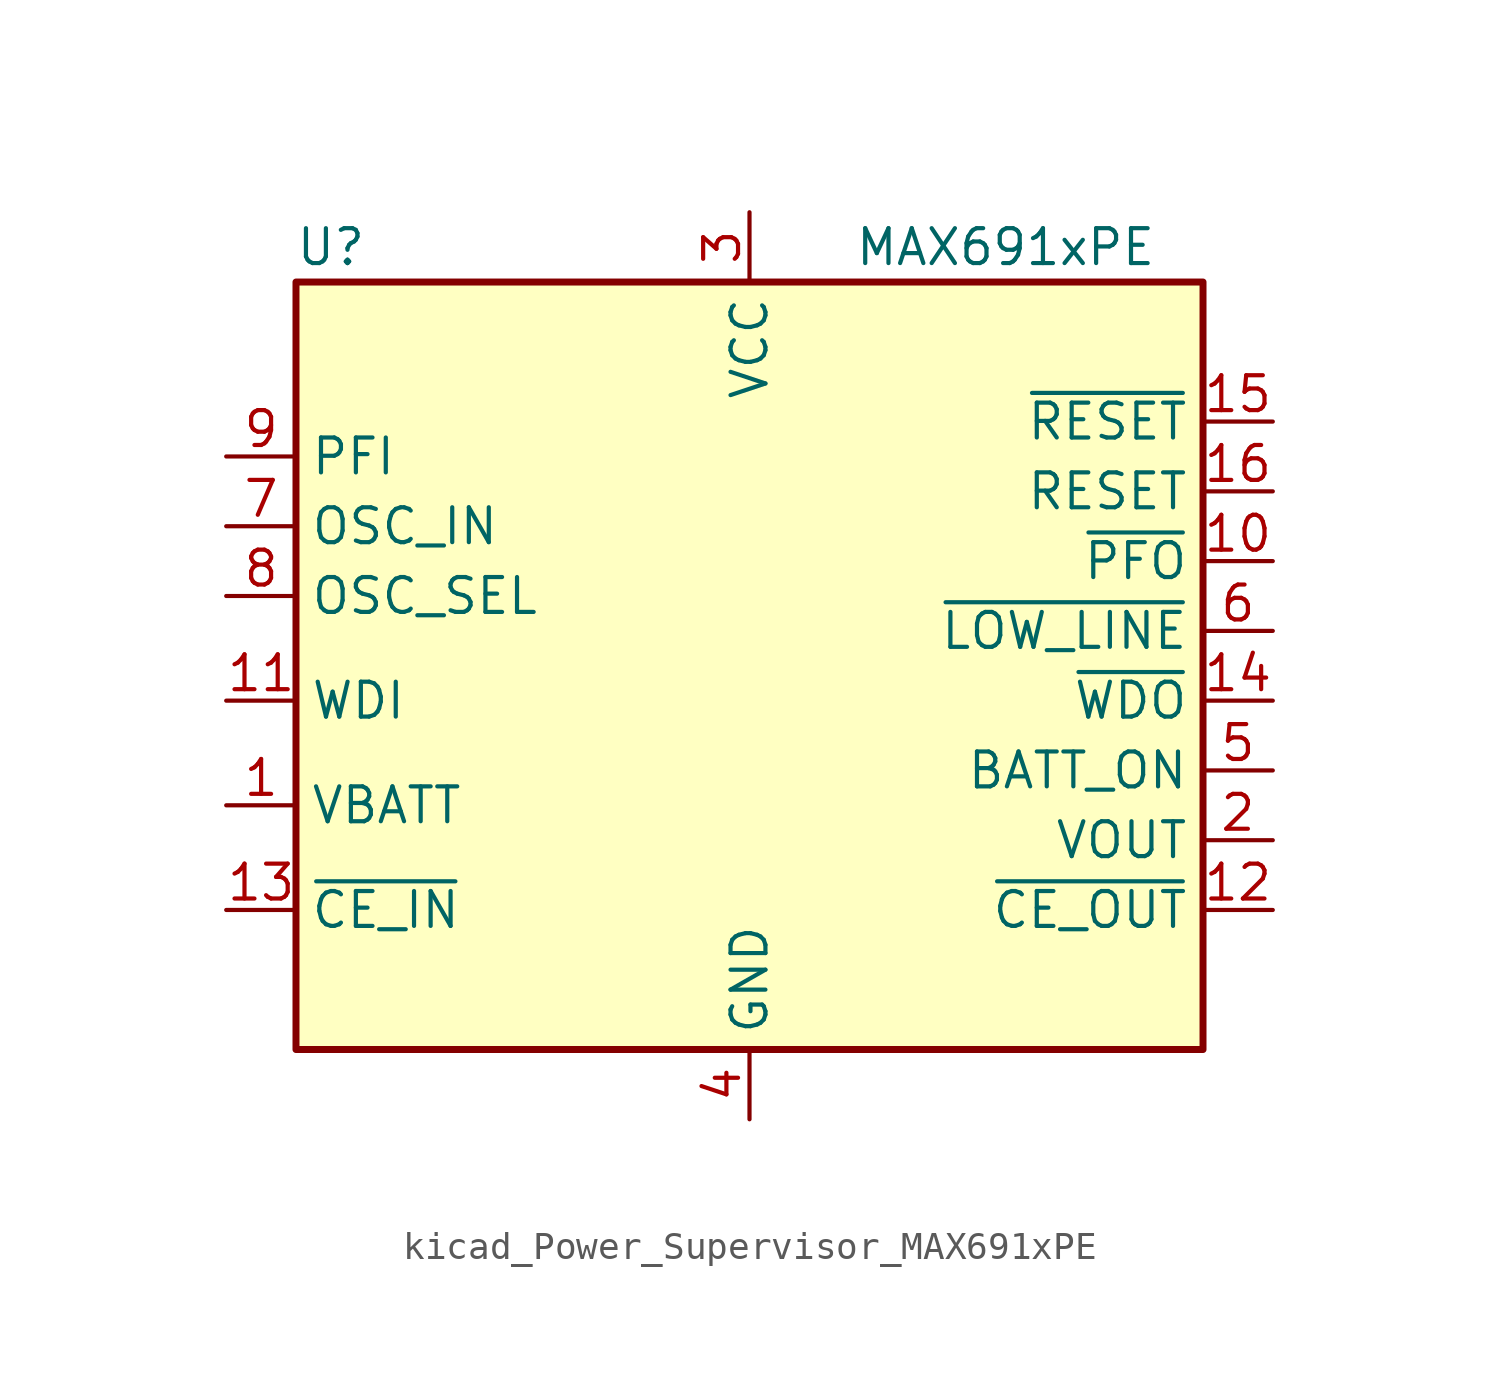
<source format=kicad_sym>
(kicad_symbol_lib
  (version 20220914)
  (generator kicad_symbol_editor)
  (symbol "kicad_Power_Supervisor_MAX691xPE"
    (property "Reference" "U"
      (at -15.24 13.97 0)
      (effects (font (size 1.27 1.27))))
    (property "Value" "MAX691xPE"
      (at 3.81 13.97 0)
      (effects (font (size 1.27 1.27)) (justify left)))
    (symbol "kicad_Power_Supervisor_MAX691xPE_0_1"
      (rectangle (start 16.51 12.7) (end -16.51 -15.24) (stroke (width 0.254) (type default)) (fill (type background))))
    (symbol "kicad_Power_Supervisor_MAX691xPE_1_1"
      (pin power_in line (at -19.05 -6.35 0) (length 2.54) (name "VBATT" (effects (font (size 1.27 1.27)))) (number "1" (effects (font (size 1.27 1.27)))))
      (pin output line (at 19.05 2.54 180) (length 2.54) (name "~{PFO}" (effects (font (size 1.27 1.27)))) (number "10" (effects (font (size 1.27 1.27)))))
      (pin input line (at -19.05 -2.54 0) (length 2.54) (name "WDI" (effects (font (size 1.27 1.27)))) (number "11" (effects (font (size 1.27 1.27)))))
      (pin output line (at 19.05 -10.16 180) (length 2.54) (name "~{CE_OUT}" (effects (font (size 1.27 1.27)))) (number "12" (effects (font (size 1.27 1.27)))))
      (pin input line (at -19.05 -10.16 0) (length 2.54) (name "~{CE_IN}" (effects (font (size 1.27 1.27)))) (number "13" (effects (font (size 1.27 1.27)))))
      (pin output line (at 19.05 -2.54 180) (length 2.54) (name "~{WDO}" (effects (font (size 1.27 1.27)))) (number "14" (effects (font (size 1.27 1.27)))))
      (pin output line (at 19.05 7.62 180) (length 2.54) (name "~{RESET}" (effects (font (size 1.27 1.27)))) (number "15" (effects (font (size 1.27 1.27)))))
      (pin output line (at 19.05 5.08 180) (length 2.54) (name "RESET" (effects (font (size 1.27 1.27)))) (number "16" (effects (font (size 1.27 1.27)))))
      (pin power_out line (at 19.05 -7.62 180) (length 2.54) (name "VOUT" (effects (font (size 1.27 1.27)))) (number "2" (effects (font (size 1.27 1.27)))))
      (pin power_in line (at 0 15.24 270) (length 2.54) (name "VCC" (effects (font (size 1.27 1.27)))) (number "3" (effects (font (size 1.27 1.27)))))
      (pin power_in line (at 0 -17.78 90) (length 2.54) (name "GND" (effects (font (size 1.27 1.27)))) (number "4" (effects (font (size 1.27 1.27)))))
      (pin output line (at 19.05 -5.08 180) (length 2.54) (name "BATT_ON" (effects (font (size 1.27 1.27)))) (number "5" (effects (font (size 1.27 1.27)))))
      (pin output line (at 19.05 0 180) (length 2.54) (name "~{LOW_LINE}" (effects (font (size 1.27 1.27)))) (number "6" (effects (font (size 1.27 1.27)))))
      (pin input line (at -19.05 3.81 0) (length 2.54) (name "OSC_IN" (effects (font (size 1.27 1.27)))) (number "7" (effects (font (size 1.27 1.27)))))
      (pin input line (at -19.05 1.27 0) (length 2.54) (name "OSC_SEL" (effects (font (size 1.27 1.27)))) (number "8" (effects (font (size 1.27 1.27)))))
      (pin input line (at -19.05 6.35 0) (length 2.54) (name "PFI" (effects (font (size 1.27 1.27)))) (number "9" (effects (font (size 1.27 1.27))))))))
</source>
